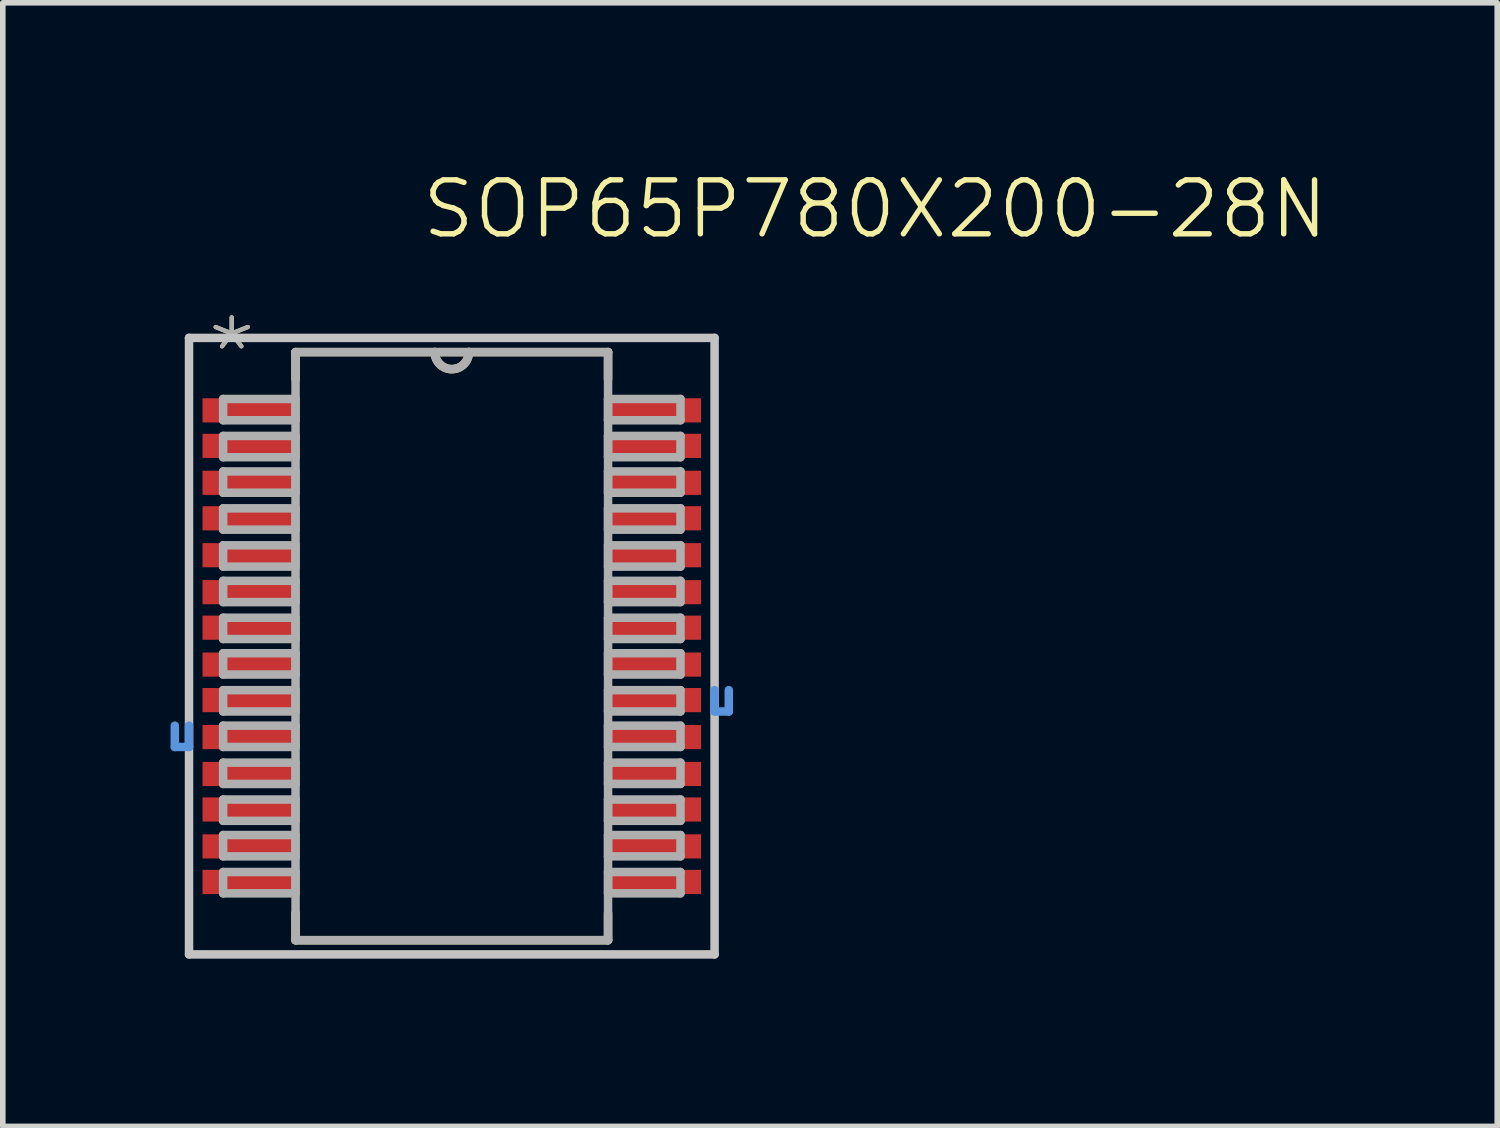
<source format=kicad_pcb>
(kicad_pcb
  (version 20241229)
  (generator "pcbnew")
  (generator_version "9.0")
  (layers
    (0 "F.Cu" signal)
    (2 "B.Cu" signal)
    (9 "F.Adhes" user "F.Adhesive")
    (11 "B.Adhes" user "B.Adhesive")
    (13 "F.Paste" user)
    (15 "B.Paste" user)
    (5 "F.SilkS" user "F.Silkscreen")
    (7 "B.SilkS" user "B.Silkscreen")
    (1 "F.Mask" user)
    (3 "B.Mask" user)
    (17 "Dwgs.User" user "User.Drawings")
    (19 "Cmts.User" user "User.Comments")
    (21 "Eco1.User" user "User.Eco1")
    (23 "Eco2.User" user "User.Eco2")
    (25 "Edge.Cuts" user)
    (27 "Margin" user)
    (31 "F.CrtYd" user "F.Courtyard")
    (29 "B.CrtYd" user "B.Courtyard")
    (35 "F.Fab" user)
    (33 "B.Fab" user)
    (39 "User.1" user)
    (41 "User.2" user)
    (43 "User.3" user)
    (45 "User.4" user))
  (footprint "SOP65P780X200-28N"
    (layer "F.Cu")
    (at 5.029 8.504)
    (property "Reference" "SOP65P780X200-28N" (at -0.582 -7.25 0) (layer "F.SilkS") (effects (font (size 0.965 0.965) (thickness 0.097)) (justify left bottom)))
    (attr through_hole)
    (fp_line (start -2.794 -5.258) (end -2.794 -4.775) (stroke (width 0.152) (type solid)) (layer "F.SilkS"))
    (fp_line (start -2.794 4.775) (end -2.794 5.258) (stroke (width 0.152) (type solid)) (layer "F.SilkS"))
    (fp_line (start -2.794 5.258) (end 2.794 5.258) (stroke (width 0.152) (type solid)) (layer "F.SilkS"))
    (fp_line (start -0.305 -5.258) (end -2.794 -5.258) (stroke (width 0.152) (type solid)) (layer "F.SilkS"))
    (fp_line (start 0.305 -5.258) (end -0.305 -5.258) (stroke (width 0.152) (type solid)) (layer "F.SilkS"))
    (fp_line (start 2.794 -5.258) (end 0.305 -5.258) (stroke (width 0.152) (type solid)) (layer "F.SilkS"))
    (fp_line (start 2.794 -4.775) (end 2.794 -5.258) (stroke (width 0.152) (type solid)) (layer "F.SilkS"))
    (fp_line (start 2.794 5.258) (end 2.794 4.775) (stroke (width 0.152) (type solid)) (layer "F.SilkS"))
    (fp_arc (start 0.3048 -5.2578) (mid 0 -4.953) (end -0.3048 -5.2578) (stroke (width 0.1524) (type solid)) (layer "F.SilkS"))
    (fp_line (start -4.699 -5.512) (end 4.699 -5.512) (stroke (width 0.152) (type solid)) (layer "Dwgs.User"))
    (fp_line (start -4.699 5.512) (end -4.699 -5.512) (stroke (width 0.152) (type solid)) (layer "Dwgs.User"))
    (fp_line (start 4.699 -5.512) (end 4.699 5.512) (stroke (width 0.152) (type solid)) (layer "Dwgs.User"))
    (fp_line (start 4.699 5.512) (end -4.699 5.512) (stroke (width 0.152) (type solid)) (layer "Dwgs.User"))
    (fp_line (start -4.953 1.422) (end -4.953 1.803) (stroke (width 0.152) (type solid)) (layer "Cmts.User"))
    (fp_line (start -4.953 1.803) (end -4.699 1.803) (stroke (width 0.152) (type solid)) (layer "Cmts.User"))
    (fp_line (start -4.699 1.803) (end -4.699 1.422) (stroke (width 0.152) (type solid)) (layer "Cmts.User"))
    (fp_line (start 4.699 1.168) (end 4.699 0.787) (stroke (width 0.152) (type solid)) (layer "Cmts.User"))
    (fp_line (start 4.953 0.787) (end 4.953 1.168) (stroke (width 0.152) (type solid)) (layer "Cmts.User"))
    (fp_line (start 4.953 1.168) (end 4.699 1.168) (stroke (width 0.152) (type solid)) (layer "Cmts.User"))
    (fp_line (start -4.089 -4.42) (end -4.089 -4.039) (stroke (width 0.152) (type solid)) (layer "F.Fab"))
    (fp_line (start -4.089 -4.039) (end -2.794 -4.039) (stroke (width 0.152) (type solid)) (layer "F.Fab"))
    (fp_line (start -4.089 -3.759) (end -4.089 -3.378) (stroke (width 0.152) (type solid)) (layer "F.Fab"))
    (fp_line (start -4.089 -3.378) (end -2.794 -3.378) (stroke (width 0.152) (type solid)) (layer "F.Fab"))
    (fp_line (start -4.089 -3.124) (end -4.089 -2.743) (stroke (width 0.152) (type solid)) (layer "F.Fab"))
    (fp_line (start -4.089 -2.743) (end -2.794 -2.743) (stroke (width 0.152) (type solid)) (layer "F.Fab"))
    (fp_line (start -4.089 -2.464) (end -4.089 -2.083) (stroke (width 0.152) (type solid)) (layer "F.Fab"))
    (fp_line (start -4.089 -2.083) (end -2.794 -2.083) (stroke (width 0.152) (type solid)) (layer "F.Fab"))
    (fp_line (start -4.089 -1.803) (end -4.089 -1.422) (stroke (width 0.152) (type solid)) (layer "F.Fab"))
    (fp_line (start -4.089 -1.422) (end -2.794 -1.422) (stroke (width 0.152) (type solid)) (layer "F.Fab"))
    (fp_line (start -4.089 -1.168) (end -4.089 -0.787) (stroke (width 0.152) (type solid)) (layer "F.Fab"))
    (fp_line (start -4.089 -0.787) (end -2.794 -0.787) (stroke (width 0.152) (type solid)) (layer "F.Fab"))
    (fp_line (start -4.089 -0.508) (end -4.089 -0.127) (stroke (width 0.152) (type solid)) (layer "F.Fab"))
    (fp_line (start -4.089 -0.127) (end -2.794 -0.127) (stroke (width 0.152) (type solid)) (layer "F.Fab"))
    (fp_line (start -4.089 0.127) (end -4.089 0.508) (stroke (width 0.152) (type solid)) (layer "F.Fab"))
    (fp_line (start -4.089 0.508) (end -2.794 0.508) (stroke (width 0.152) (type solid)) (layer "F.Fab"))
    (fp_line (start -4.089 0.787) (end -4.089 1.168) (stroke (width 0.152) (type solid)) (layer "F.Fab"))
    (fp_line (start -4.089 1.168) (end -2.794 1.168) (stroke (width 0.152) (type solid)) (layer "F.Fab"))
    (fp_line (start -4.089 1.422) (end -4.089 1.803) (stroke (width 0.152) (type solid)) (layer "F.Fab"))
    (fp_line (start -4.089 1.803) (end -2.794 1.803) (stroke (width 0.152) (type solid)) (layer "F.Fab"))
    (fp_line (start -4.089 2.083) (end -4.089 2.464) (stroke (width 0.152) (type solid)) (layer "F.Fab"))
    (fp_line (start -4.089 2.464) (end -2.794 2.464) (stroke (width 0.152) (type solid)) (layer "F.Fab"))
    (fp_line (start -4.089 2.743) (end -4.089 3.124) (stroke (width 0.152) (type solid)) (layer "F.Fab"))
    (fp_line (start -4.089 3.124) (end -2.794 3.124) (stroke (width 0.152) (type solid)) (layer "F.Fab"))
    (fp_line (start -4.089 3.378) (end -4.089 3.759) (stroke (width 0.152) (type solid)) (layer "F.Fab"))
    (fp_line (start -4.089 3.759) (end -2.794 3.759) (stroke (width 0.152) (type solid)) (layer "F.Fab"))
    (fp_line (start -4.089 4.039) (end -4.089 4.42) (stroke (width 0.152) (type solid)) (layer "F.Fab"))
    (fp_line (start -4.089 4.42) (end -2.794 4.42) (stroke (width 0.152) (type solid)) (layer "F.Fab"))
    (fp_line (start -2.794 -5.258) (end -2.794 5.258) (stroke (width 0.152) (type solid)) (layer "F.Fab"))
    (fp_line (start -2.794 -4.42) (end -4.089 -4.42) (stroke (width 0.152) (type solid)) (layer "F.Fab"))
    (fp_line (start -2.794 -4.039) (end -2.794 -4.42) (stroke (width 0.152) (type solid)) (layer "F.Fab"))
    (fp_line (start -2.794 -3.759) (end -4.089 -3.759) (stroke (width 0.152) (type solid)) (layer "F.Fab"))
    (fp_line (start -2.794 -3.378) (end -2.794 -3.759) (stroke (width 0.152) (type solid)) (layer "F.Fab"))
    (fp_line (start -2.794 -3.124) (end -4.089 -3.124) (stroke (width 0.152) (type solid)) (layer "F.Fab"))
    (fp_line (start -2.794 -2.743) (end -2.794 -3.124) (stroke (width 0.152) (type solid)) (layer "F.Fab"))
    (fp_line (start -2.794 -2.464) (end -4.089 -2.464) (stroke (width 0.152) (type solid)) (layer "F.Fab"))
    (fp_line (start -2.794 -2.083) (end -2.794 -2.464) (stroke (width 0.152) (type solid)) (layer "F.Fab"))
    (fp_line (start -2.794 -1.803) (end -4.089 -1.803) (stroke (width 0.152) (type solid)) (layer "F.Fab"))
    (fp_line (start -2.794 -1.422) (end -2.794 -1.803) (stroke (width 0.152) (type solid)) (layer "F.Fab"))
    (fp_line (start -2.794 -1.168) (end -4.089 -1.168) (stroke (width 0.152) (type solid)) (layer "F.Fab"))
    (fp_line (start -2.794 -0.787) (end -2.794 -1.168) (stroke (width 0.152) (type solid)) (layer "F.Fab"))
    (fp_line (start -2.794 -0.508) (end -4.089 -0.508) (stroke (width 0.152) (type solid)) (layer "F.Fab"))
    (fp_line (start -2.794 -0.127) (end -2.794 -0.508) (stroke (width 0.152) (type solid)) (layer "F.Fab"))
    (fp_line (start -2.794 0.127) (end -4.089 0.127) (stroke (width 0.152) (type solid)) (layer "F.Fab"))
    (fp_line (start -2.794 0.508) (end -2.794 0.127) (stroke (width 0.152) (type solid)) (layer "F.Fab"))
    (fp_line (start -2.794 0.787) (end -4.089 0.787) (stroke (width 0.152) (type solid)) (layer "F.Fab"))
    (fp_line (start -2.794 1.168) (end -2.794 0.787) (stroke (width 0.152) (type solid)) (layer "F.Fab"))
    (fp_line (start -2.794 1.422) (end -4.089 1.422) (stroke (width 0.152) (type solid)) (layer "F.Fab"))
    (fp_line (start -2.794 1.803) (end -2.794 1.422) (stroke (width 0.152) (type solid)) (layer "F.Fab"))
    (fp_line (start -2.794 2.083) (end -4.089 2.083) (stroke (width 0.152) (type solid)) (layer "F.Fab"))
    (fp_line (start -2.794 2.464) (end -2.794 2.083) (stroke (width 0.152) (type solid)) (layer "F.Fab"))
    (fp_line (start -2.794 2.743) (end -4.089 2.743) (stroke (width 0.152) (type solid)) (layer "F.Fab"))
    (fp_line (start -2.794 3.124) (end -2.794 2.743) (stroke (width 0.152) (type solid)) (layer "F.Fab"))
    (fp_line (start -2.794 3.378) (end -4.089 3.378) (stroke (width 0.152) (type solid)) (layer "F.Fab"))
    (fp_line (start -2.794 3.759) (end -2.794 3.378) (stroke (width 0.152) (type solid)) (layer "F.Fab"))
    (fp_line (start -2.794 4.039) (end -4.089 4.039) (stroke (width 0.152) (type solid)) (layer "F.Fab"))
    (fp_line (start -2.794 4.42) (end -2.794 4.039) (stroke (width 0.152) (type solid)) (layer "F.Fab"))
    (fp_line (start -2.794 5.258) (end 2.794 5.258) (stroke (width 0.152) (type solid)) (layer "F.Fab"))
    (fp_line (start -0.305 -5.258) (end -2.794 -5.258) (stroke (width 0.152) (type solid)) (layer "F.Fab"))
    (fp_line (start 0.305 -5.258) (end -0.305 -5.258) (stroke (width 0.152) (type solid)) (layer "F.Fab"))
    (fp_line (start 2.794 -5.258) (end 0.305 -5.258) (stroke (width 0.152) (type solid)) (layer "F.Fab"))
    (fp_line (start 2.794 -4.42) (end 2.794 -4.039) (stroke (width 0.152) (type solid)) (layer "F.Fab"))
    (fp_line (start 2.794 -4.039) (end 4.089 -4.039) (stroke (width 0.152) (type solid)) (layer "F.Fab"))
    (fp_line (start 2.794 -3.759) (end 2.794 -3.378) (stroke (width 0.152) (type solid)) (layer "F.Fab"))
    (fp_line (start 2.794 -3.378) (end 4.089 -3.378) (stroke (width 0.152) (type solid)) (layer "F.Fab"))
    (fp_line (start 2.794 -3.124) (end 2.794 -2.743) (stroke (width 0.152) (type solid)) (layer "F.Fab"))
    (fp_line (start 2.794 -2.743) (end 4.089 -2.743) (stroke (width 0.152) (type solid)) (layer "F.Fab"))
    (fp_line (start 2.794 -2.464) (end 2.794 -2.083) (stroke (width 0.152) (type solid)) (layer "F.Fab"))
    (fp_line (start 2.794 -2.083) (end 4.089 -2.083) (stroke (width 0.152) (type solid)) (layer "F.Fab"))
    (fp_line (start 2.794 -1.803) (end 2.794 -1.422) (stroke (width 0.152) (type solid)) (layer "F.Fab"))
    (fp_line (start 2.794 -1.422) (end 4.089 -1.422) (stroke (width 0.152) (type solid)) (layer "F.Fab"))
    (fp_line (start 2.794 -1.168) (end 2.794 -0.787) (stroke (width 0.152) (type solid)) (layer "F.Fab"))
    (fp_line (start 2.794 -0.787) (end 4.089 -0.787) (stroke (width 0.152) (type solid)) (layer "F.Fab"))
    (fp_line (start 2.794 -0.508) (end 2.794 -0.127) (stroke (width 0.152) (type solid)) (layer "F.Fab"))
    (fp_line (start 2.794 -0.127) (end 4.089 -0.127) (stroke (width 0.152) (type solid)) (layer "F.Fab"))
    (fp_line (start 2.794 0.127) (end 2.794 0.508) (stroke (width 0.152) (type solid)) (layer "F.Fab"))
    (fp_line (start 2.794 0.508) (end 4.089 0.508) (stroke (width 0.152) (type solid)) (layer "F.Fab"))
    (fp_line (start 2.794 0.787) (end 2.794 1.168) (stroke (width 0.152) (type solid)) (layer "F.Fab"))
    (fp_line (start 2.794 1.168) (end 4.089 1.168) (stroke (width 0.152) (type solid)) (layer "F.Fab"))
    (fp_line (start 2.794 1.422) (end 2.794 1.803) (stroke (width 0.152) (type solid)) (layer "F.Fab"))
    (fp_line (start 2.794 1.803) (end 4.089 1.803) (stroke (width 0.152) (type solid)) (layer "F.Fab"))
    (fp_line (start 2.794 2.083) (end 2.794 2.464) (stroke (width 0.152) (type solid)) (layer "F.Fab"))
    (fp_line (start 2.794 2.464) (end 4.089 2.464) (stroke (width 0.152) (type solid)) (layer "F.Fab"))
    (fp_line (start 2.794 2.743) (end 2.794 3.124) (stroke (width 0.152) (type solid)) (layer "F.Fab"))
    (fp_line (start 2.794 3.124) (end 4.089 3.124) (stroke (width 0.152) (type solid)) (layer "F.Fab"))
    (fp_line (start 2.794 3.378) (end 2.794 3.759) (stroke (width 0.152) (type solid)) (layer "F.Fab"))
    (fp_line (start 2.794 3.759) (end 4.089 3.759) (stroke (width 0.152) (type solid)) (layer "F.Fab"))
    (fp_line (start 2.794 4.039) (end 2.794 4.42) (stroke (width 0.152) (type solid)) (layer "F.Fab"))
    (fp_line (start 2.794 4.42) (end 4.089 4.42) (stroke (width 0.152) (type solid)) (layer "F.Fab"))
    (fp_line (start 2.794 5.258) (end 2.794 -5.258) (stroke (width 0.152) (type solid)) (layer "F.Fab"))
    (fp_line (start 4.089 -4.42) (end 2.794 -4.42) (stroke (width 0.152) (type solid)) (layer "F.Fab"))
    (fp_line (start 4.089 -4.039) (end 4.089 -4.42) (stroke (width 0.152) (type solid)) (layer "F.Fab"))
    (fp_line (start 4.089 -3.759) (end 2.794 -3.759) (stroke (width 0.152) (type solid)) (layer "F.Fab"))
    (fp_line (start 4.089 -3.378) (end 4.089 -3.759) (stroke (width 0.152) (type solid)) (layer "F.Fab"))
    (fp_line (start 4.089 -3.124) (end 2.794 -3.124) (stroke (width 0.152) (type solid)) (layer "F.Fab"))
    (fp_line (start 4.089 -2.743) (end 4.089 -3.124) (stroke (width 0.152) (type solid)) (layer "F.Fab"))
    (fp_line (start 4.089 -2.464) (end 2.794 -2.464) (stroke (width 0.152) (type solid)) (layer "F.Fab"))
    (fp_line (start 4.089 -2.083) (end 4.089 -2.464) (stroke (width 0.152) (type solid)) (layer "F.Fab"))
    (fp_line (start 4.089 -1.803) (end 2.794 -1.803) (stroke (width 0.152) (type solid)) (layer "F.Fab"))
    (fp_line (start 4.089 -1.422) (end 4.089 -1.803) (stroke (width 0.152) (type solid)) (layer "F.Fab"))
    (fp_line (start 4.089 -1.168) (end 2.794 -1.168) (stroke (width 0.152) (type solid)) (layer "F.Fab"))
    (fp_line (start 4.089 -0.787) (end 4.089 -1.168) (stroke (width 0.152) (type solid)) (layer "F.Fab"))
    (fp_line (start 4.089 -0.508) (end 2.794 -0.508) (stroke (width 0.152) (type solid)) (layer "F.Fab"))
    (fp_line (start 4.089 -0.127) (end 4.089 -0.508) (stroke (width 0.152) (type solid)) (layer "F.Fab"))
    (fp_line (start 4.089 0.127) (end 2.794 0.127) (stroke (width 0.152) (type solid)) (layer "F.Fab"))
    (fp_line (start 4.089 0.508) (end 4.089 0.127) (stroke (width 0.152) (type solid)) (layer "F.Fab"))
    (fp_line (start 4.089 0.787) (end 2.794 0.787) (stroke (width 0.152) (type solid)) (layer "F.Fab"))
    (fp_line (start 4.089 1.168) (end 4.089 0.787) (stroke (width 0.152) (type solid)) (layer "F.Fab"))
    (fp_line (start 4.089 1.422) (end 2.794 1.422) (stroke (width 0.152) (type solid)) (layer "F.Fab"))
    (fp_line (start 4.089 1.803) (end 4.089 1.422) (stroke (width 0.152) (type solid)) (layer "F.Fab"))
    (fp_line (start 4.089 2.083) (end 2.794 2.083) (stroke (width 0.152) (type solid)) (layer "F.Fab"))
    (fp_line (start 4.089 2.464) (end 4.089 2.083) (stroke (width 0.152) (type solid)) (layer "F.Fab"))
    (fp_line (start 4.089 2.743) (end 2.794 2.743) (stroke (width 0.152) (type solid)) (layer "F.Fab"))
    (fp_line (start 4.089 3.124) (end 4.089 2.743) (stroke (width 0.152) (type solid)) (layer "F.Fab"))
    (fp_line (start 4.089 3.378) (end 2.794 3.378) (stroke (width 0.152) (type solid)) (layer "F.Fab"))
    (fp_line (start 4.089 3.759) (end 4.089 3.378) (stroke (width 0.152) (type solid)) (layer "F.Fab"))
    (fp_line (start 4.089 4.039) (end 2.794 4.039) (stroke (width 0.152) (type solid)) (layer "F.Fab"))
    (fp_line (start 4.089 4.42) (end 4.089 4.039) (stroke (width 0.152) (type solid)) (layer "F.Fab"))
    (fp_arc (start 0.3048 -5.2578) (mid 0 -4.953) (end -0.3048 -5.2578) (stroke (width 0.1524) (type solid)) (layer "F.Fab"))
    (fp_text user "*" (at -4.445 -4.521 0) (layer "F.SilkS") (effects (font (size 1.206 1.206) (thickness 0.076)) (justify left bottom)))
    (fp_text user "*" (at -4.445 -4.521 0) (layer "F.Fab") (effects (font (size 1.206 1.206) (thickness 0.076)) (justify left bottom)))
    (pad "1" smd rect (at -3.632 -4.216) (size 1.651 0.432) (layers "F.Cu" "F.Mask" "F.Paste"))
    (pad "2" smd rect (at -3.632 -3.581) (size 1.651 0.432) (layers "F.Cu" "F.Mask" "F.Paste"))
    (pad "3" smd rect (at -3.632 -2.921) (size 1.651 0.432) (layers "F.Cu" "F.Mask" "F.Paste"))
    (pad "4" smd rect (at -3.632 -2.286) (size 1.651 0.432) (layers "F.Cu" "F.Mask" "F.Paste"))
    (pad "5" smd rect (at -3.632 -1.626) (size 1.651 0.432) (layers "F.Cu" "F.Mask" "F.Paste"))
    (pad "6" smd rect (at -3.632 -0.965) (size 1.651 0.432) (layers "F.Cu" "F.Mask" "F.Paste"))
    (pad "7" smd rect (at -3.632 -0.33) (size 1.651 0.432) (layers "F.Cu" "F.Mask" "F.Paste"))
    (pad "8" smd rect (at -3.632 0.33) (size 1.651 0.432) (layers "F.Cu" "F.Mask" "F.Paste"))
    (pad "9" smd rect (at -3.632 0.965) (size 1.651 0.432) (layers "F.Cu" "F.Mask" "F.Paste"))
    (pad "10" smd rect (at -3.632 1.626) (size 1.651 0.432) (layers "F.Cu" "F.Mask" "F.Paste"))
    (pad "11" smd rect (at -3.632 2.286) (size 1.651 0.432) (layers "F.Cu" "F.Mask" "F.Paste"))
    (pad "12" smd rect (at -3.632 2.921) (size 1.651 0.432) (layers "F.Cu" "F.Mask" "F.Paste"))
    (pad "13" smd rect (at -3.632 3.581) (size 1.651 0.432) (layers "F.Cu" "F.Mask" "F.Paste"))
    (pad "14" smd rect (at -3.632 4.216) (size 1.651 0.432) (layers "F.Cu" "F.Mask" "F.Paste"))
    (pad "15" smd rect (at 3.632 4.216) (size 1.651 0.432) (layers "F.Cu" "F.Mask" "F.Paste"))
    (pad "16" smd rect (at 3.632 3.581) (size 1.651 0.432) (layers "F.Cu" "F.Mask" "F.Paste"))
    (pad "17" smd rect (at 3.632 2.921) (size 1.651 0.432) (layers "F.Cu" "F.Mask" "F.Paste"))
    (pad "18" smd rect (at 3.632 2.286) (size 1.651 0.432) (layers "F.Cu" "F.Mask" "F.Paste"))
    (pad "19" smd rect (at 3.632 1.626) (size 1.651 0.432) (layers "F.Cu" "F.Mask" "F.Paste"))
    (pad "20" smd rect (at 3.632 0.965) (size 1.651 0.432) (layers "F.Cu" "F.Mask" "F.Paste"))
    (pad "21" smd rect (at 3.632 0.33) (size 1.651 0.432) (layers "F.Cu" "F.Mask" "F.Paste"))
    (pad "22" smd rect (at 3.632 -0.33) (size 1.651 0.432) (layers "F.Cu" "F.Mask" "F.Paste"))
    (pad "23" smd rect (at 3.632 -0.965) (size 1.651 0.432) (layers "F.Cu" "F.Mask" "F.Paste"))
    (pad "24" smd rect (at 3.632 -1.626) (size 1.651 0.432) (layers "F.Cu" "F.Mask" "F.Paste"))
    (pad "25" smd rect (at 3.632 -2.286) (size 1.651 0.432) (layers "F.Cu" "F.Mask" "F.Paste"))
    (pad "26" smd rect (at 3.632 -2.921) (size 1.651 0.432) (layers "F.Cu" "F.Mask" "F.Paste"))
    (pad "27" smd rect (at 3.632 -3.581) (size 1.651 0.432) (layers "F.Cu" "F.Mask" "F.Paste"))
    (pad "28" smd rect (at 3.632 -4.216) (size 1.651 0.432) (layers "F.Cu" "F.Mask" "F.Paste")))
  (gr_rect
    (start -3 -3)
    (end 23.723 17.092)
    (stroke (width 0.1) (type default))
    (fill no)
    (layer "Edge.Cuts")))
</source>
